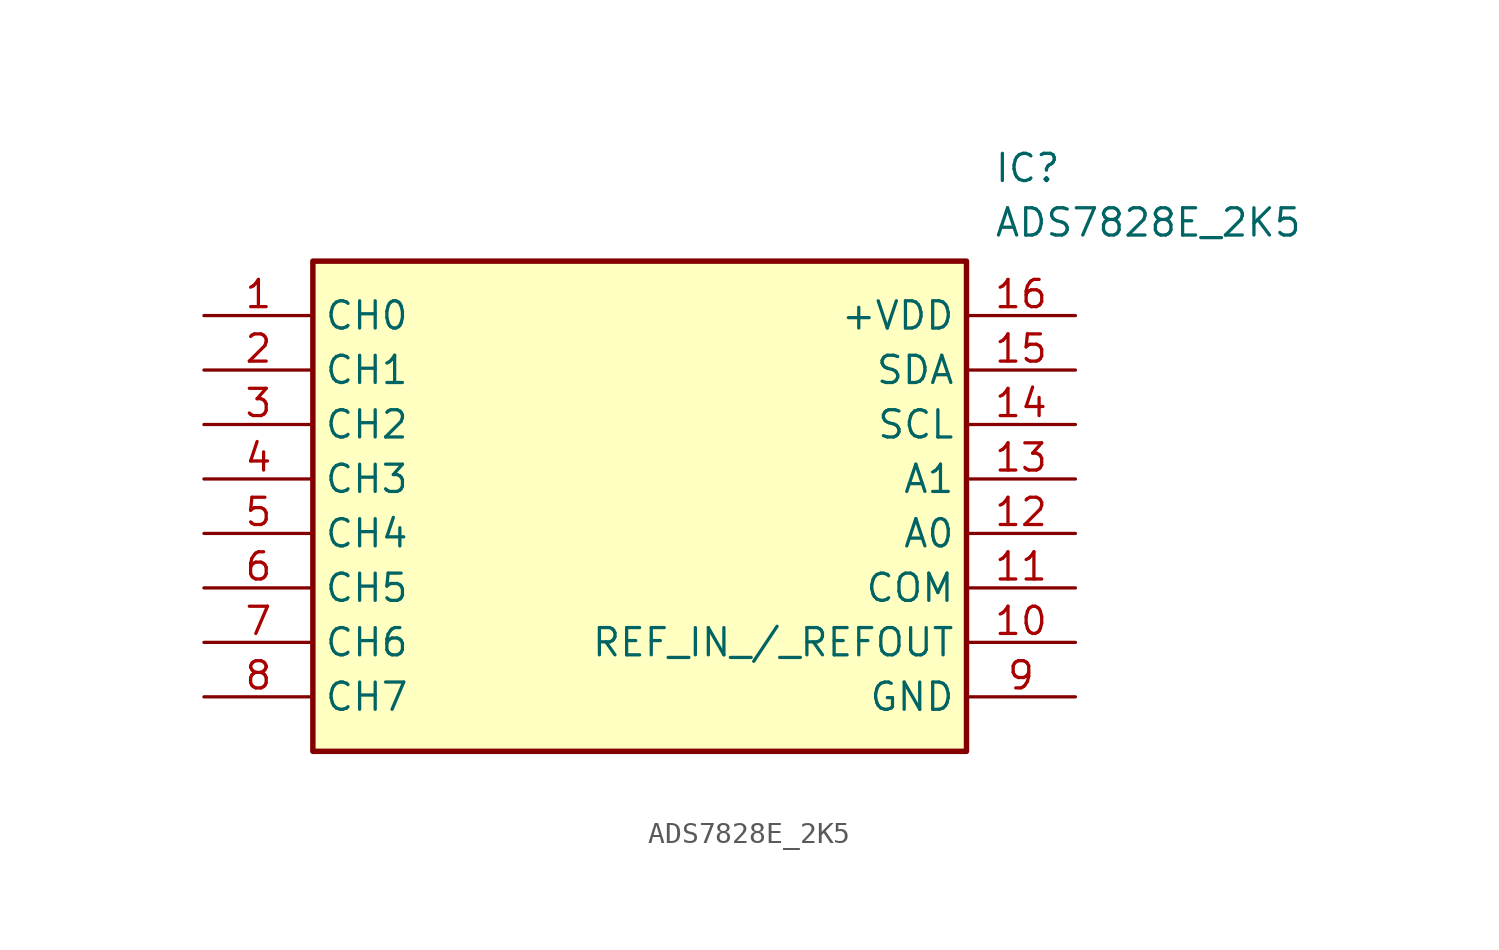
<source format=kicad_sym>
(kicad_symbol_lib
  (version 20211014)
  (generator SamacSys_ECAD_Model)
  (symbol "ADS7828E_2K5"
    (property "Reference" "IC"
      (at 36.83 7.62 0)
      (effects (font (size 1.27 1.27)) (justify left top)))
    (property "Value" "ADS7828E_2K5"
      (at 36.83 5.08 0)
      (effects (font (size 1.27 1.27)) (justify left top)))
    (rectangle
      (start 5.08 2.54)
      (end 35.56 -20.32)
      (stroke (width 0.254) (type default))
      (fill (type background)))
    (pin passive line
      (at 0 0 0)
      (length 5.08)
      (name "CH0" (effects (font (size 1.27 1.27))))
      (number "1" (effects (font (size 1.27 1.27)))))
    (pin passive line
      (at 0 -2.54 0)
      (length 5.08)
      (name "CH1" (effects (font (size 1.27 1.27))))
      (number "2" (effects (font (size 1.27 1.27)))))
    (pin passive line
      (at 0 -5.08 0)
      (length 5.08)
      (name "CH2" (effects (font (size 1.27 1.27))))
      (number "3" (effects (font (size 1.27 1.27)))))
    (pin passive line
      (at 0 -7.62 0)
      (length 5.08)
      (name "CH3" (effects (font (size 1.27 1.27))))
      (number "4" (effects (font (size 1.27 1.27)))))
    (pin passive line
      (at 0 -10.16 0)
      (length 5.08)
      (name "CH4" (effects (font (size 1.27 1.27))))
      (number "5" (effects (font (size 1.27 1.27)))))
    (pin passive line
      (at 0 -12.7 0)
      (length 5.08)
      (name "CH5" (effects (font (size 1.27 1.27))))
      (number "6" (effects (font (size 1.27 1.27)))))
    (pin passive line
      (at 0 -15.24 0)
      (length 5.08)
      (name "CH6" (effects (font (size 1.27 1.27))))
      (number "7" (effects (font (size 1.27 1.27)))))
    (pin passive line
      (at 0 -17.78 0)
      (length 5.08)
      (name "CH7" (effects (font (size 1.27 1.27))))
      (number "8" (effects (font (size 1.27 1.27)))))
    (pin passive line
      (at 40.64 0 180)
      (length 5.08)
      (name "+VDD" (effects (font (size 1.27 1.27))))
      (number "16" (effects (font (size 1.27 1.27)))))
    (pin passive line
      (at 40.64 -2.54 180)
      (length 5.08)
      (name "SDA" (effects (font (size 1.27 1.27))))
      (number "15" (effects (font (size 1.27 1.27)))))
    (pin passive line
      (at 40.64 -5.08 180)
      (length 5.08)
      (name "SCL" (effects (font (size 1.27 1.27))))
      (number "14" (effects (font (size 1.27 1.27)))))
    (pin passive line
      (at 40.64 -7.62 180)
      (length 5.08)
      (name "A1" (effects (font (size 1.27 1.27))))
      (number "13" (effects (font (size 1.27 1.27)))))
    (pin passive line
      (at 40.64 -10.16 180)
      (length 5.08)
      (name "A0" (effects (font (size 1.27 1.27))))
      (number "12" (effects (font (size 1.27 1.27)))))
    (pin passive line
      (at 40.64 -12.7 180)
      (length 5.08)
      (name "COM" (effects (font (size 1.27 1.27))))
      (number "11" (effects (font (size 1.27 1.27)))))
    (pin passive line
      (at 40.64 -15.24 180)
      (length 5.08)
      (name "REF_IN_/_REFOUT" (effects (font (size 1.27 1.27))))
      (number "10" (effects (font (size 1.27 1.27)))))
    (pin passive line
      (at 40.64 -17.78 180)
      (length 5.08)
      (name "GND" (effects (font (size 1.27 1.27))))
      (number "9" (effects (font (size 1.27 1.27)))))))
</source>
